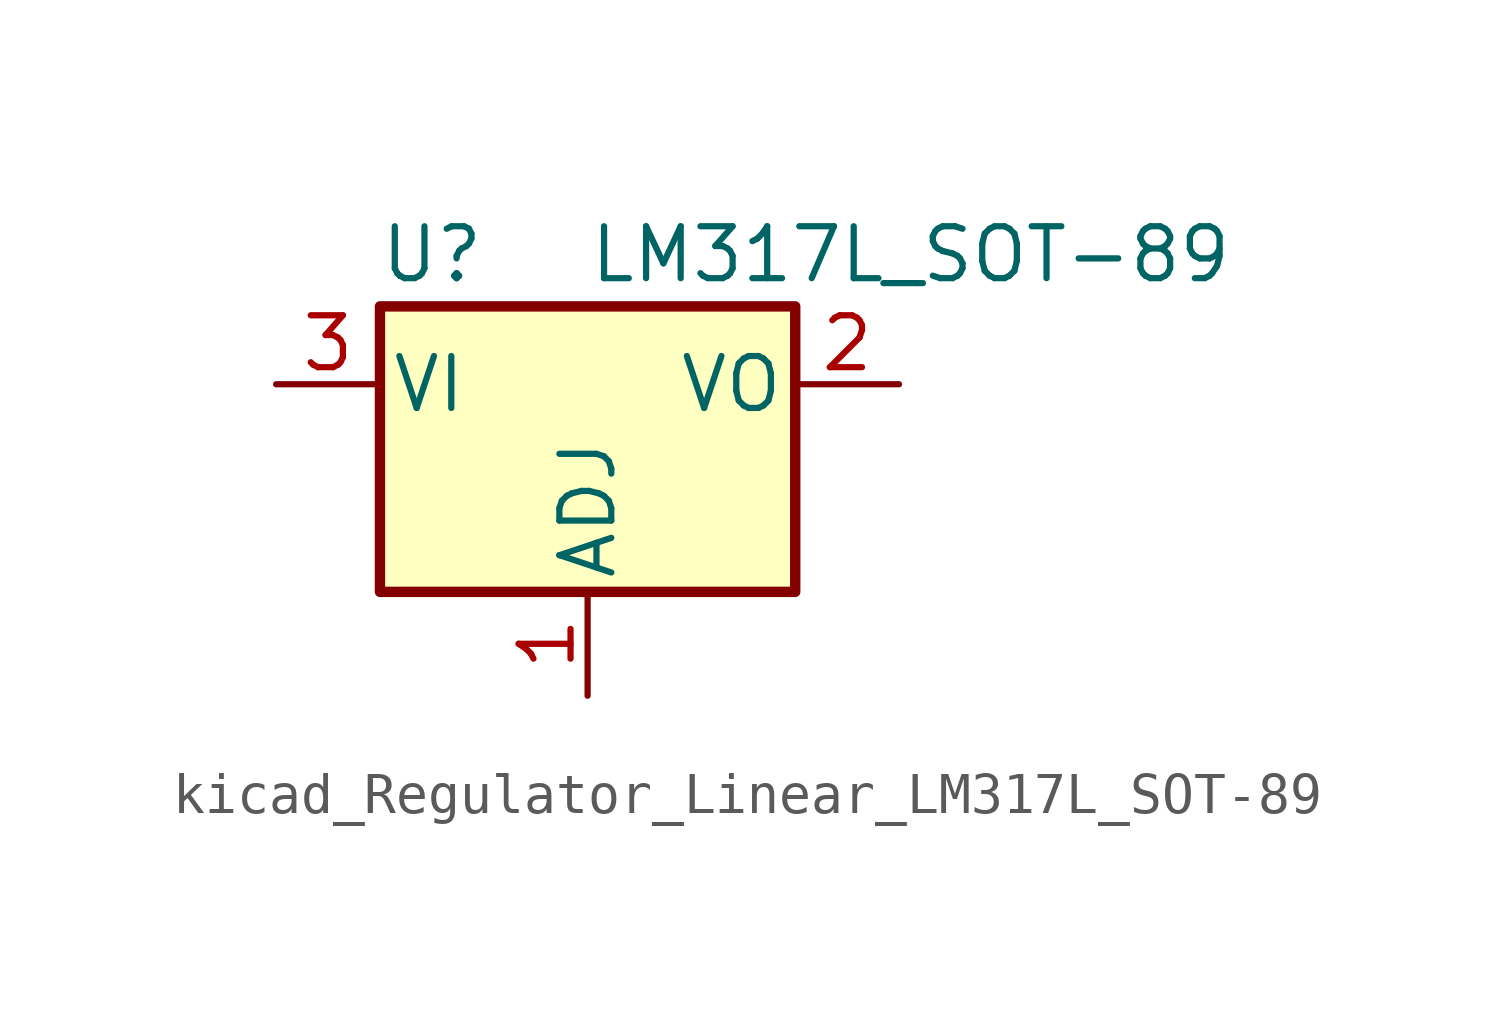
<source format=kicad_sym>
(kicad_symbol_lib
  (version 20220914)
  (generator kicad_symbol_editor)
  (symbol "kicad_Regulator_Linear_LM317L_SOT-89"
    (pin_names
      (offset 0.254))
    (property "Reference" "U"
      (at -3.81 3.175 0)
      (effects (font (size 1.27 1.27))))
    (property "Value" "LM317L_SOT-89"
      (at 0 3.175 0)
      (effects (font (size 1.27 1.27)) (justify left)))
    (symbol "kicad_Regulator_Linear_LM317L_SOT-89_0_1"
      (rectangle (start -5.08 1.905) (end 5.08 -5.08) (stroke (width 0.254) (type default)) (fill (type background))))
    (symbol "kicad_Regulator_Linear_LM317L_SOT-89_1_1"
      (pin input line (at 0 -7.62 90) (length 2.54) (name "ADJ" (effects (font (size 1.27 1.27)))) (number "1" (effects (font (size 1.27 1.27)))))
      (pin power_out line (at 7.62 0 180) (length 2.54) (name "VO" (effects (font (size 1.27 1.27)))) (number "2" (effects (font (size 1.27 1.27)))))
      (pin power_in line (at -7.62 0 0) (length 2.54) (name "VI" (effects (font (size 1.27 1.27)))) (number "3" (effects (font (size 1.27 1.27))))))))
</source>
